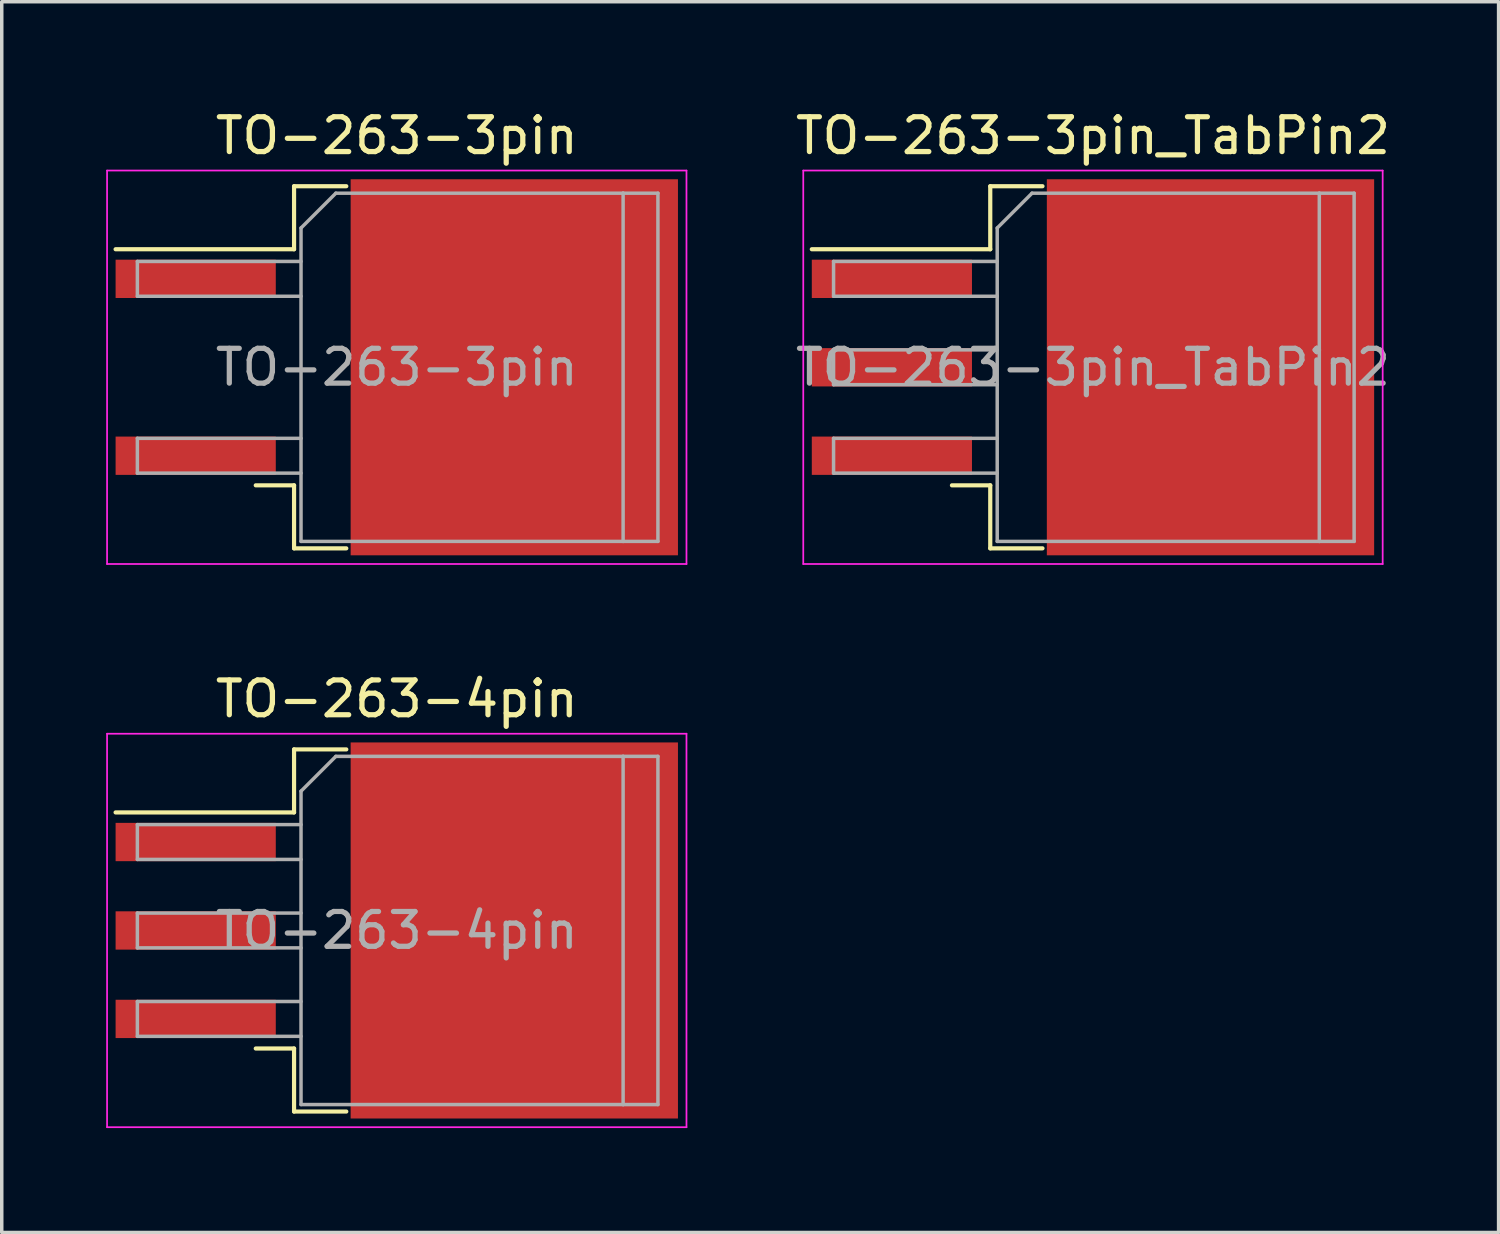
<source format=kicad_pcb>
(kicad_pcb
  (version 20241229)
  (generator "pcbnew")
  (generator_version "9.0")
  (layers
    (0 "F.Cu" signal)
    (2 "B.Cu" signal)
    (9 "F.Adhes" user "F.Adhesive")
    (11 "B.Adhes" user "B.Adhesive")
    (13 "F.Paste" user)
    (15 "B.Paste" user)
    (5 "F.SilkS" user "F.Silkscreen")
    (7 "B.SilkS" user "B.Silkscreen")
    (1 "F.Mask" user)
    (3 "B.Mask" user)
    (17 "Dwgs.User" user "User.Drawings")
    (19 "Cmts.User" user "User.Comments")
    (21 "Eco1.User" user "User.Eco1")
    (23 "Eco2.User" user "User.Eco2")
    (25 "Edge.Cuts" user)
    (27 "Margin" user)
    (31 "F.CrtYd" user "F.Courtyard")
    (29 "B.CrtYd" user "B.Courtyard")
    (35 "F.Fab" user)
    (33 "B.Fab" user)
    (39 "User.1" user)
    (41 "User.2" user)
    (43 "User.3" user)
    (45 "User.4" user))
  (footprint "TO-263-4pin"
    (layer "F.Cu")
    (at 8.345 23.672)
    (property "Reference" "TO-263-4pin" (at 0 -6.65 0) (layer "F.SilkS") (effects (font (size 1 1) (thickness 0.15))))
    (attr smd)
    (fp_line (start -2.95 -5.2) (end -2.95 -3.39) (stroke (width 0.12) (type solid)) (layer "F.SilkS"))
    (fp_line (start -2.95 -3.39) (end -8.075 -3.39) (stroke (width 0.12) (type solid)) (layer "F.SilkS"))
    (fp_line (start -2.95 3.39) (end -4.05 3.39) (stroke (width 0.12) (type solid)) (layer "F.SilkS"))
    (fp_line (start -2.95 5.2) (end -2.95 3.39) (stroke (width 0.12) (type solid)) (layer "F.SilkS"))
    (fp_line (start -1.45 -5.2) (end -2.95 -5.2) (stroke (width 0.12) (type solid)) (layer "F.SilkS"))
    (fp_line (start -1.45 5.2) (end -2.95 5.2) (stroke (width 0.12) (type solid)) (layer "F.SilkS"))
    (fp_line (start -8.32 -5.65) (end -8.32 5.65) (stroke (width 0.05) (type solid)) (layer "F.CrtYd"))
    (fp_line (start -8.32 5.65) (end 8.32 5.65) (stroke (width 0.05) (type solid)) (layer "F.CrtYd"))
    (fp_line (start 8.32 -5.65) (end -8.32 -5.65) (stroke (width 0.05) (type solid)) (layer "F.CrtYd"))
    (fp_line (start 8.32 5.65) (end 8.32 -5.65) (stroke (width 0.05) (type solid)) (layer "F.CrtYd"))
    (fp_line (start -7.45 -3.04) (end -7.45 -2.04) (stroke (width 0.1) (type solid)) (layer "F.Fab"))
    (fp_line (start -7.45 -2.04) (end -2.75 -2.04) (stroke (width 0.1) (type solid)) (layer "F.Fab"))
    (fp_line (start -7.45 -0.5) (end -7.45 0.5) (stroke (width 0.1) (type solid)) (layer "F.Fab"))
    (fp_line (start -7.45 0.5) (end -2.75 0.5) (stroke (width 0.1) (type solid)) (layer "F.Fab"))
    (fp_line (start -7.45 2.04) (end -7.45 3.04) (stroke (width 0.1) (type solid)) (layer "F.Fab"))
    (fp_line (start -7.45 3.04) (end -2.75 3.04) (stroke (width 0.1) (type solid)) (layer "F.Fab"))
    (fp_line (start -2.75 -4) (end -1.75 -5) (stroke (width 0.1) (type solid)) (layer "F.Fab"))
    (fp_line (start -2.75 -3.04) (end -7.45 -3.04) (stroke (width 0.1) (type solid)) (layer "F.Fab"))
    (fp_line (start -2.75 -0.5) (end -7.45 -0.5) (stroke (width 0.1) (type solid)) (layer "F.Fab"))
    (fp_line (start -2.75 2.04) (end -7.45 2.04) (stroke (width 0.1) (type solid)) (layer "F.Fab"))
    (fp_line (start -2.75 5) (end -2.75 -4) (stroke (width 0.1) (type solid)) (layer "F.Fab"))
    (fp_line (start -1.75 -5) (end 6.5 -5) (stroke (width 0.1) (type solid)) (layer "F.Fab"))
    (fp_line (start 6.5 -5) (end 6.5 5) (stroke (width 0.1) (type solid)) (layer "F.Fab"))
    (fp_line (start 6.5 -5) (end 7.5 -5) (stroke (width 0.1) (type solid)) (layer "F.Fab"))
    (fp_line (start 6.5 5) (end -2.75 5) (stroke (width 0.1) (type solid)) (layer "F.Fab"))
    (fp_line (start 7.5 -5) (end 7.5 5) (stroke (width 0.1) (type solid)) (layer "F.Fab"))
    (fp_line (start 7.5 5) (end 6.5 5) (stroke (width 0.1) (type solid)) (layer "F.Fab"))
    (fp_text user "${REFERENCE}" (at 0 0 0) (layer "F.Fab") (effects (font (size 1 1) (thickness 0.15))))
    (pad "" smd rect (at 0.95 -2.775) (size 4.55 5.25) (layers "F.Paste"))
    (pad "" smd rect (at 0.95 2.775) (size 4.55 5.25) (layers "F.Paste"))
    (pad "" smd rect (at 5.8 -2.775) (size 4.55 5.25) (layers "F.Paste"))
    (pad "" smd rect (at 5.8 2.775) (size 4.55 5.25) (layers "F.Paste"))
    (pad "1" smd rect (at -5.775 -2.54) (size 4.6 1.1) (layers "F.Cu" "F.Mask" "F.Paste"))
    (pad "2" smd rect (at -5.775 0) (size 4.6 1.1) (layers "F.Cu" "F.Mask" "F.Paste"))
    (pad "3" smd rect (at -5.775 2.54) (size 4.6 1.1) (layers "F.Cu" "F.Mask" "F.Paste"))
    (pad "4" smd rect (at 3.375 0) (size 9.4 10.8) (layers "F.Cu" "F.Mask")))
  (footprint "TO-263-3pin_TabPin2"
    (layer "F.Cu")
    (at 28.339 7.498)
    (property "Reference" "TO-263-3pin_TabPin2" (at 0 -6.65 0) (layer "F.SilkS") (effects (font (size 1 1) (thickness 0.15))))
    (attr smd)
    (fp_line (start -2.95 -5.2) (end -2.95 -3.39) (stroke (width 0.12) (type solid)) (layer "F.SilkS"))
    (fp_line (start -2.95 -3.39) (end -8.075 -3.39) (stroke (width 0.12) (type solid)) (layer "F.SilkS"))
    (fp_line (start -2.95 3.39) (end -4.05 3.39) (stroke (width 0.12) (type solid)) (layer "F.SilkS"))
    (fp_line (start -2.95 5.2) (end -2.95 3.39) (stroke (width 0.12) (type solid)) (layer "F.SilkS"))
    (fp_line (start -1.45 -5.2) (end -2.95 -5.2) (stroke (width 0.12) (type solid)) (layer "F.SilkS"))
    (fp_line (start -1.45 5.2) (end -2.95 5.2) (stroke (width 0.12) (type solid)) (layer "F.SilkS"))
    (fp_line (start -8.32 -5.65) (end -8.32 5.65) (stroke (width 0.05) (type solid)) (layer "F.CrtYd"))
    (fp_line (start -8.32 5.65) (end 8.32 5.65) (stroke (width 0.05) (type solid)) (layer "F.CrtYd"))
    (fp_line (start 8.32 -5.65) (end -8.32 -5.65) (stroke (width 0.05) (type solid)) (layer "F.CrtYd"))
    (fp_line (start 8.32 5.65) (end 8.32 -5.65) (stroke (width 0.05) (type solid)) (layer "F.CrtYd"))
    (fp_line (start -7.45 -3.04) (end -7.45 -2.04) (stroke (width 0.1) (type solid)) (layer "F.Fab"))
    (fp_line (start -7.45 -2.04) (end -2.75 -2.04) (stroke (width 0.1) (type solid)) (layer "F.Fab"))
    (fp_line (start -7.45 -0.5) (end -7.45 0.5) (stroke (width 0.1) (type solid)) (layer "F.Fab"))
    (fp_line (start -7.45 0.5) (end -2.75 0.5) (stroke (width 0.1) (type solid)) (layer "F.Fab"))
    (fp_line (start -7.45 2.04) (end -7.45 3.04) (stroke (width 0.1) (type solid)) (layer "F.Fab"))
    (fp_line (start -7.45 3.04) (end -2.75 3.04) (stroke (width 0.1) (type solid)) (layer "F.Fab"))
    (fp_line (start -2.75 -4) (end -1.75 -5) (stroke (width 0.1) (type solid)) (layer "F.Fab"))
    (fp_line (start -2.75 -3.04) (end -7.45 -3.04) (stroke (width 0.1) (type solid)) (layer "F.Fab"))
    (fp_line (start -2.75 -0.5) (end -7.45 -0.5) (stroke (width 0.1) (type solid)) (layer "F.Fab"))
    (fp_line (start -2.75 2.04) (end -7.45 2.04) (stroke (width 0.1) (type solid)) (layer "F.Fab"))
    (fp_line (start -2.75 5) (end -2.75 -4) (stroke (width 0.1) (type solid)) (layer "F.Fab"))
    (fp_line (start -1.75 -5) (end 6.5 -5) (stroke (width 0.1) (type solid)) (layer "F.Fab"))
    (fp_line (start 6.5 -5) (end 6.5 5) (stroke (width 0.1) (type solid)) (layer "F.Fab"))
    (fp_line (start 6.5 -5) (end 7.5 -5) (stroke (width 0.1) (type solid)) (layer "F.Fab"))
    (fp_line (start 6.5 5) (end -2.75 5) (stroke (width 0.1) (type solid)) (layer "F.Fab"))
    (fp_line (start 7.5 -5) (end 7.5 5) (stroke (width 0.1) (type solid)) (layer "F.Fab"))
    (fp_line (start 7.5 5) (end 6.5 5) (stroke (width 0.1) (type solid)) (layer "F.Fab"))
    (fp_text user "${REFERENCE}" (at 0 0 0) (layer "F.Fab") (effects (font (size 1 1) (thickness 0.15))))
    (pad "" smd rect (at 0.95 -2.775) (size 4.55 5.25) (layers "F.Paste"))
    (pad "" smd rect (at 0.95 2.775) (size 4.55 5.25) (layers "F.Paste"))
    (pad "" smd rect (at 5.8 -2.775) (size 4.55 5.25) (layers "F.Paste"))
    (pad "" smd rect (at 5.8 2.775) (size 4.55 5.25) (layers "F.Paste"))
    (pad "1" smd rect (at -5.775 -2.54) (size 4.6 1.1) (layers "F.Cu" "F.Mask" "F.Paste"))
    (pad "2" smd rect (at -5.775 0) (size 4.6 1.1) (layers "F.Cu" "F.Mask" "F.Paste"))
    (pad "2" smd rect (at 3.375 0) (size 9.4 10.8) (layers "F.Cu" "F.Mask"))
    (pad "3" smd rect (at -5.775 2.54) (size 4.6 1.1) (layers "F.Cu" "F.Mask" "F.Paste")))
  (footprint "TO-263-3pin"
    (layer "F.Cu")
    (at 8.345 7.498)
    (property "Reference" "TO-263-3pin" (at 0 -6.65 0) (layer "F.SilkS") (effects (font (size 1 1) (thickness 0.15))))
    (attr smd)
    (fp_line (start -2.95 -5.2) (end -2.95 -3.39) (stroke (width 0.12) (type solid)) (layer "F.SilkS"))
    (fp_line (start -2.95 -3.39) (end -8.075 -3.39) (stroke (width 0.12) (type solid)) (layer "F.SilkS"))
    (fp_line (start -2.95 3.39) (end -4.05 3.39) (stroke (width 0.12) (type solid)) (layer "F.SilkS"))
    (fp_line (start -2.95 5.2) (end -2.95 3.39) (stroke (width 0.12) (type solid)) (layer "F.SilkS"))
    (fp_line (start -1.45 -5.2) (end -2.95 -5.2) (stroke (width 0.12) (type solid)) (layer "F.SilkS"))
    (fp_line (start -1.45 5.2) (end -2.95 5.2) (stroke (width 0.12) (type solid)) (layer "F.SilkS"))
    (fp_line (start -8.32 -5.65) (end -8.32 5.65) (stroke (width 0.05) (type solid)) (layer "F.CrtYd"))
    (fp_line (start -8.32 5.65) (end 8.32 5.65) (stroke (width 0.05) (type solid)) (layer "F.CrtYd"))
    (fp_line (start 8.32 -5.65) (end -8.32 -5.65) (stroke (width 0.05) (type solid)) (layer "F.CrtYd"))
    (fp_line (start 8.32 5.65) (end 8.32 -5.65) (stroke (width 0.05) (type solid)) (layer "F.CrtYd"))
    (fp_line (start -7.45 -3.04) (end -7.45 -2.04) (stroke (width 0.1) (type solid)) (layer "F.Fab"))
    (fp_line (start -7.45 -2.04) (end -2.75 -2.04) (stroke (width 0.1) (type solid)) (layer "F.Fab"))
    (fp_line (start -7.45 2.04) (end -7.45 3.04) (stroke (width 0.1) (type solid)) (layer "F.Fab"))
    (fp_line (start -7.45 3.04) (end -2.75 3.04) (stroke (width 0.1) (type solid)) (layer "F.Fab"))
    (fp_line (start -2.75 -4) (end -1.75 -5) (stroke (width 0.1) (type solid)) (layer "F.Fab"))
    (fp_line (start -2.75 -3.04) (end -7.45 -3.04) (stroke (width 0.1) (type solid)) (layer "F.Fab"))
    (fp_line (start -2.75 2.04) (end -7.45 2.04) (stroke (width 0.1) (type solid)) (layer "F.Fab"))
    (fp_line (start -2.75 5) (end -2.75 -4) (stroke (width 0.1) (type solid)) (layer "F.Fab"))
    (fp_line (start -1.75 -5) (end 6.5 -5) (stroke (width 0.1) (type solid)) (layer "F.Fab"))
    (fp_line (start 6.5 -5) (end 6.5 5) (stroke (width 0.1) (type solid)) (layer "F.Fab"))
    (fp_line (start 6.5 -5) (end 7.5 -5) (stroke (width 0.1) (type solid)) (layer "F.Fab"))
    (fp_line (start 6.5 5) (end -2.75 5) (stroke (width 0.1) (type solid)) (layer "F.Fab"))
    (fp_line (start 7.5 -5) (end 7.5 5) (stroke (width 0.1) (type solid)) (layer "F.Fab"))
    (fp_line (start 7.5 5) (end 6.5 5) (stroke (width 0.1) (type solid)) (layer "F.Fab"))
    (fp_text user "${REFERENCE}" (at 0 0 0) (layer "F.Fab") (effects (font (size 1 1) (thickness 0.15))))
    (pad "" smd rect (at 0.95 -2.775) (size 4.55 5.25) (layers "F.Paste"))
    (pad "" smd rect (at 0.95 2.775) (size 4.55 5.25) (layers "F.Paste"))
    (pad "" smd rect (at 5.8 -2.775) (size 4.55 5.25) (layers "F.Paste"))
    (pad "" smd rect (at 5.8 2.775) (size 4.55 5.25) (layers "F.Paste"))
    (pad "1" smd rect (at -5.775 -2.54) (size 4.6 1.1) (layers "F.Cu" "F.Mask" "F.Paste"))
    (pad "2" smd rect (at 3.375 0) (size 9.4 10.8) (layers "F.Cu" "F.Mask"))
    (pad "3" smd rect (at -5.775 2.54) (size 4.6 1.1) (layers "F.Cu" "F.Mask" "F.Paste")))
  (gr_rect
    (start -3 -3)
    (end 39.988 32.346)
    (stroke (width 0.1) (type default))
    (fill no)
    (layer "Edge.Cuts")))
</source>
